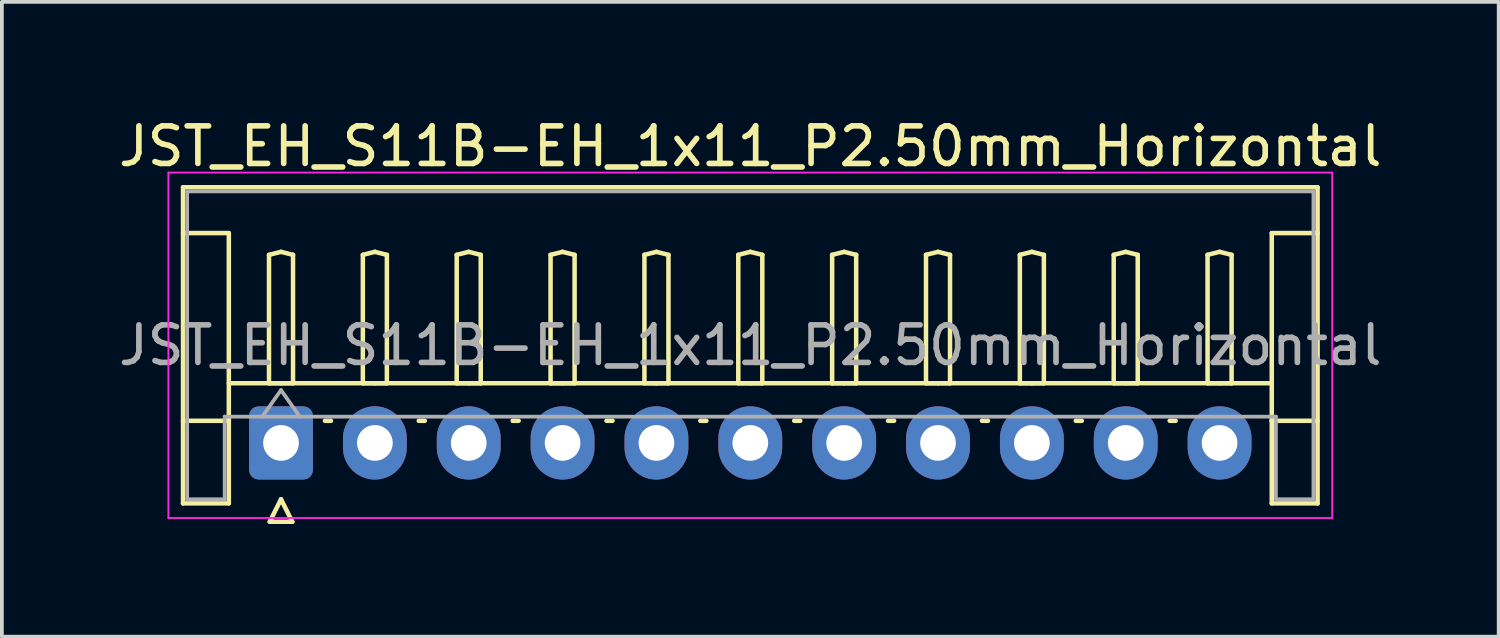
<source format=kicad_pcb>
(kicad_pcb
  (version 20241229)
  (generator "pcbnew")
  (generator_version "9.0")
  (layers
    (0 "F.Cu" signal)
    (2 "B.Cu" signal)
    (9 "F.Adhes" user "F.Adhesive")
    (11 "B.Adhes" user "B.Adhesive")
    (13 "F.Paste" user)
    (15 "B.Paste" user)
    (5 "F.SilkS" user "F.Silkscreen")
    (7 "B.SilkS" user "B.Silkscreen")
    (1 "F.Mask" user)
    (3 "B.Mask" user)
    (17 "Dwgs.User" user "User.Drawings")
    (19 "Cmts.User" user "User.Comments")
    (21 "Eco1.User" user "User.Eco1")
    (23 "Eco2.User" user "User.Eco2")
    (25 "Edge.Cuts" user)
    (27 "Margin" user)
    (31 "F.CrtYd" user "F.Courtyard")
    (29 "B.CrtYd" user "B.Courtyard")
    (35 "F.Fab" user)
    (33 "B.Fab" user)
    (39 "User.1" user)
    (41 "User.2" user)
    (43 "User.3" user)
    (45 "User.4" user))
  (footprint "JST_EH_S11B-EH_1x11_P2.50mm_Horizontal"
    (layer "F.Cu")
    (at 4.435 8.748)
    (property "Reference" "JST_EH_S11B-EH_1x11_P2.50mm_Horizontal" (at 12.5 -7.9 0) (layer "F.SilkS") (effects (font (size 1 1) (thickness 0.15))))
    (attr through_hole)
    (fp_line (start -2.61 -6.81) (end 27.61 -6.81) (stroke (width 0.12) (type solid)) (layer "F.SilkS"))
    (fp_line (start -2.61 -5.59) (end -1.39 -5.59) (stroke (width 0.12) (type solid)) (layer "F.SilkS"))
    (fp_line (start -2.61 1.61) (end -2.61 -6.81) (stroke (width 0.12) (type solid)) (layer "F.SilkS"))
    (fp_line (start -1.39 -5.59) (end -1.39 -0.59) (stroke (width 0.12) (type solid)) (layer "F.SilkS"))
    (fp_line (start -1.39 -1.59) (end 26.39 -1.59) (stroke (width 0.12) (type solid)) (layer "F.SilkS"))
    (fp_line (start -1.39 -0.59) (end -2.61 -0.59) (stroke (width 0.12) (type solid)) (layer "F.SilkS"))
    (fp_line (start -1.39 -0.59) (end -1.39 1.61) (stroke (width 0.12) (type solid)) (layer "F.SilkS"))
    (fp_line (start -1.39 1.61) (end -2.61 1.61) (stroke (width 0.12) (type solid)) (layer "F.SilkS"))
    (fp_line (start -0.32 -5.01) (end 0 -5.09) (stroke (width 0.12) (type solid)) (layer "F.SilkS"))
    (fp_line (start -0.32 -1.59) (end -0.32 -5.01) (stroke (width 0.12) (type solid)) (layer "F.SilkS"))
    (fp_line (start -0.3 2.1) (end 0.3 2.1) (stroke (width 0.12) (type solid)) (layer "F.SilkS"))
    (fp_line (start 0 -5.09) (end 0.32 -5.01) (stroke (width 0.12) (type solid)) (layer "F.SilkS"))
    (fp_line (start 0 -1.59) (end -0.32 -1.59) (stroke (width 0.12) (type solid)) (layer "F.SilkS"))
    (fp_line (start 0 1.5) (end -0.3 2.1) (stroke (width 0.12) (type solid)) (layer "F.SilkS"))
    (fp_line (start 0.3 2.1) (end 0 1.5) (stroke (width 0.12) (type solid)) (layer "F.SilkS"))
    (fp_line (start 0.32 -5.01) (end 0.32 -1.59) (stroke (width 0.12) (type solid)) (layer "F.SilkS"))
    (fp_line (start 0.32 -1.59) (end 0 -1.59) (stroke (width 0.12) (type solid)) (layer "F.SilkS"))
    (fp_line (start 1.17 -0.59) (end 1.33 -0.59) (stroke (width 0.12) (type solid)) (layer "F.SilkS"))
    (fp_line (start 2.18 -5.01) (end 2.5 -5.09) (stroke (width 0.12) (type solid)) (layer "F.SilkS"))
    (fp_line (start 2.18 -1.59) (end 2.18 -5.01) (stroke (width 0.12) (type solid)) (layer "F.SilkS"))
    (fp_line (start 2.5 -5.09) (end 2.82 -5.01) (stroke (width 0.12) (type solid)) (layer "F.SilkS"))
    (fp_line (start 2.5 -1.59) (end 2.18 -1.59) (stroke (width 0.12) (type solid)) (layer "F.SilkS"))
    (fp_line (start 2.82 -5.01) (end 2.82 -1.59) (stroke (width 0.12) (type solid)) (layer "F.SilkS"))
    (fp_line (start 2.82 -1.59) (end 2.5 -1.59) (stroke (width 0.12) (type solid)) (layer "F.SilkS"))
    (fp_line (start 3.67 -0.59) (end 3.83 -0.59) (stroke (width 0.12) (type solid)) (layer "F.SilkS"))
    (fp_line (start 4.68 -5.01) (end 5 -5.09) (stroke (width 0.12) (type solid)) (layer "F.SilkS"))
    (fp_line (start 4.68 -1.59) (end 4.68 -5.01) (stroke (width 0.12) (type solid)) (layer "F.SilkS"))
    (fp_line (start 5 -5.09) (end 5.32 -5.01) (stroke (width 0.12) (type solid)) (layer "F.SilkS"))
    (fp_line (start 5 -1.59) (end 4.68 -1.59) (stroke (width 0.12) (type solid)) (layer "F.SilkS"))
    (fp_line (start 5.32 -5.01) (end 5.32 -1.59) (stroke (width 0.12) (type solid)) (layer "F.SilkS"))
    (fp_line (start 5.32 -1.59) (end 5 -1.59) (stroke (width 0.12) (type solid)) (layer "F.SilkS"))
    (fp_line (start 6.17 -0.59) (end 6.33 -0.59) (stroke (width 0.12) (type solid)) (layer "F.SilkS"))
    (fp_line (start 7.18 -5.01) (end 7.5 -5.09) (stroke (width 0.12) (type solid)) (layer "F.SilkS"))
    (fp_line (start 7.18 -1.59) (end 7.18 -5.01) (stroke (width 0.12) (type solid)) (layer "F.SilkS"))
    (fp_line (start 7.5 -5.09) (end 7.82 -5.01) (stroke (width 0.12) (type solid)) (layer "F.SilkS"))
    (fp_line (start 7.5 -1.59) (end 7.18 -1.59) (stroke (width 0.12) (type solid)) (layer "F.SilkS"))
    (fp_line (start 7.82 -5.01) (end 7.82 -1.59) (stroke (width 0.12) (type solid)) (layer "F.SilkS"))
    (fp_line (start 7.82 -1.59) (end 7.5 -1.59) (stroke (width 0.12) (type solid)) (layer "F.SilkS"))
    (fp_line (start 8.67 -0.59) (end 8.83 -0.59) (stroke (width 0.12) (type solid)) (layer "F.SilkS"))
    (fp_line (start 9.68 -5.01) (end 10 -5.09) (stroke (width 0.12) (type solid)) (layer "F.SilkS"))
    (fp_line (start 9.68 -1.59) (end 9.68 -5.01) (stroke (width 0.12) (type solid)) (layer "F.SilkS"))
    (fp_line (start 10 -5.09) (end 10.32 -5.01) (stroke (width 0.12) (type solid)) (layer "F.SilkS"))
    (fp_line (start 10 -1.59) (end 9.68 -1.59) (stroke (width 0.12) (type solid)) (layer "F.SilkS"))
    (fp_line (start 10.32 -5.01) (end 10.32 -1.59) (stroke (width 0.12) (type solid)) (layer "F.SilkS"))
    (fp_line (start 10.32 -1.59) (end 10 -1.59) (stroke (width 0.12) (type solid)) (layer "F.SilkS"))
    (fp_line (start 11.17 -0.59) (end 11.33 -0.59) (stroke (width 0.12) (type solid)) (layer "F.SilkS"))
    (fp_line (start 12.18 -5.01) (end 12.5 -5.09) (stroke (width 0.12) (type solid)) (layer "F.SilkS"))
    (fp_line (start 12.18 -1.59) (end 12.18 -5.01) (stroke (width 0.12) (type solid)) (layer "F.SilkS"))
    (fp_line (start 12.5 -5.09) (end 12.82 -5.01) (stroke (width 0.12) (type solid)) (layer "F.SilkS"))
    (fp_line (start 12.5 -1.59) (end 12.18 -1.59) (stroke (width 0.12) (type solid)) (layer "F.SilkS"))
    (fp_line (start 12.82 -5.01) (end 12.82 -1.59) (stroke (width 0.12) (type solid)) (layer "F.SilkS"))
    (fp_line (start 12.82 -1.59) (end 12.5 -1.59) (stroke (width 0.12) (type solid)) (layer "F.SilkS"))
    (fp_line (start 13.67 -0.59) (end 13.83 -0.59) (stroke (width 0.12) (type solid)) (layer "F.SilkS"))
    (fp_line (start 14.68 -5.01) (end 15 -5.09) (stroke (width 0.12) (type solid)) (layer "F.SilkS"))
    (fp_line (start 14.68 -1.59) (end 14.68 -5.01) (stroke (width 0.12) (type solid)) (layer "F.SilkS"))
    (fp_line (start 15 -5.09) (end 15.32 -5.01) (stroke (width 0.12) (type solid)) (layer "F.SilkS"))
    (fp_line (start 15 -1.59) (end 14.68 -1.59) (stroke (width 0.12) (type solid)) (layer "F.SilkS"))
    (fp_line (start 15.32 -5.01) (end 15.32 -1.59) (stroke (width 0.12) (type solid)) (layer "F.SilkS"))
    (fp_line (start 15.32 -1.59) (end 15 -1.59) (stroke (width 0.12) (type solid)) (layer "F.SilkS"))
    (fp_line (start 16.17 -0.59) (end 16.33 -0.59) (stroke (width 0.12) (type solid)) (layer "F.SilkS"))
    (fp_line (start 17.18 -5.01) (end 17.5 -5.09) (stroke (width 0.12) (type solid)) (layer "F.SilkS"))
    (fp_line (start 17.18 -1.59) (end 17.18 -5.01) (stroke (width 0.12) (type solid)) (layer "F.SilkS"))
    (fp_line (start 17.5 -5.09) (end 17.82 -5.01) (stroke (width 0.12) (type solid)) (layer "F.SilkS"))
    (fp_line (start 17.5 -1.59) (end 17.18 -1.59) (stroke (width 0.12) (type solid)) (layer "F.SilkS"))
    (fp_line (start 17.82 -5.01) (end 17.82 -1.59) (stroke (width 0.12) (type solid)) (layer "F.SilkS"))
    (fp_line (start 17.82 -1.59) (end 17.5 -1.59) (stroke (width 0.12) (type solid)) (layer "F.SilkS"))
    (fp_line (start 18.67 -0.59) (end 18.83 -0.59) (stroke (width 0.12) (type solid)) (layer "F.SilkS"))
    (fp_line (start 19.68 -5.01) (end 20 -5.09) (stroke (width 0.12) (type solid)) (layer "F.SilkS"))
    (fp_line (start 19.68 -1.59) (end 19.68 -5.01) (stroke (width 0.12) (type solid)) (layer "F.SilkS"))
    (fp_line (start 20 -5.09) (end 20.32 -5.01) (stroke (width 0.12) (type solid)) (layer "F.SilkS"))
    (fp_line (start 20 -1.59) (end 19.68 -1.59) (stroke (width 0.12) (type solid)) (layer "F.SilkS"))
    (fp_line (start 20.32 -5.01) (end 20.32 -1.59) (stroke (width 0.12) (type solid)) (layer "F.SilkS"))
    (fp_line (start 20.32 -1.59) (end 20 -1.59) (stroke (width 0.12) (type solid)) (layer "F.SilkS"))
    (fp_line (start 21.17 -0.59) (end 21.33 -0.59) (stroke (width 0.12) (type solid)) (layer "F.SilkS"))
    (fp_line (start 22.18 -5.01) (end 22.5 -5.09) (stroke (width 0.12) (type solid)) (layer "F.SilkS"))
    (fp_line (start 22.18 -1.59) (end 22.18 -5.01) (stroke (width 0.12) (type solid)) (layer "F.SilkS"))
    (fp_line (start 22.5 -5.09) (end 22.82 -5.01) (stroke (width 0.12) (type solid)) (layer "F.SilkS"))
    (fp_line (start 22.5 -1.59) (end 22.18 -1.59) (stroke (width 0.12) (type solid)) (layer "F.SilkS"))
    (fp_line (start 22.82 -5.01) (end 22.82 -1.59) (stroke (width 0.12) (type solid)) (layer "F.SilkS"))
    (fp_line (start 22.82 -1.59) (end 22.5 -1.59) (stroke (width 0.12) (type solid)) (layer "F.SilkS"))
    (fp_line (start 23.67 -0.59) (end 23.83 -0.59) (stroke (width 0.12) (type solid)) (layer "F.SilkS"))
    (fp_line (start 24.68 -5.01) (end 25 -5.09) (stroke (width 0.12) (type solid)) (layer "F.SilkS"))
    (fp_line (start 24.68 -1.59) (end 24.68 -5.01) (stroke (width 0.12) (type solid)) (layer "F.SilkS"))
    (fp_line (start 25 -5.09) (end 25.32 -5.01) (stroke (width 0.12) (type solid)) (layer "F.SilkS"))
    (fp_line (start 25 -1.59) (end 24.68 -1.59) (stroke (width 0.12) (type solid)) (layer "F.SilkS"))
    (fp_line (start 25.32 -5.01) (end 25.32 -1.59) (stroke (width 0.12) (type solid)) (layer "F.SilkS"))
    (fp_line (start 25.32 -1.59) (end 25 -1.59) (stroke (width 0.12) (type solid)) (layer "F.SilkS"))
    (fp_line (start 26.39 -5.59) (end 26.39 -0.59) (stroke (width 0.12) (type solid)) (layer "F.SilkS"))
    (fp_line (start 26.39 -0.59) (end 27.61 -0.59) (stroke (width 0.12) (type solid)) (layer "F.SilkS"))
    (fp_line (start 26.39 1.61) (end 26.39 -0.59) (stroke (width 0.12) (type solid)) (layer "F.SilkS"))
    (fp_line (start 27.61 -6.81) (end 27.61 1.61) (stroke (width 0.12) (type solid)) (layer "F.SilkS"))
    (fp_line (start 27.61 -5.59) (end 26.39 -5.59) (stroke (width 0.12) (type solid)) (layer "F.SilkS"))
    (fp_line (start 27.61 1.61) (end 26.39 1.61) (stroke (width 0.12) (type solid)) (layer "F.SilkS"))
    (fp_line (start -3 -7.2) (end -3 2) (stroke (width 0.05) (type solid)) (layer "F.CrtYd"))
    (fp_line (start -3 2) (end 28 2) (stroke (width 0.05) (type solid)) (layer "F.CrtYd"))
    (fp_line (start 28 -7.2) (end -3 -7.2) (stroke (width 0.05) (type solid)) (layer "F.CrtYd"))
    (fp_line (start 28 2) (end 28 -7.2) (stroke (width 0.05) (type solid)) (layer "F.CrtYd"))
    (fp_line (start -2.5 -6.7) (end 27.5 -6.7) (stroke (width 0.1) (type solid)) (layer "F.Fab"))
    (fp_line (start -2.5 1.5) (end -2.5 -6.7) (stroke (width 0.1) (type solid)) (layer "F.Fab"))
    (fp_line (start -1.5 -0.7) (end -1.5 1.5) (stroke (width 0.1) (type solid)) (layer "F.Fab"))
    (fp_line (start -1.5 1.5) (end -2.5 1.5) (stroke (width 0.1) (type solid)) (layer "F.Fab"))
    (fp_line (start -0.5 -0.7) (end 0 -1.407) (stroke (width 0.1) (type solid)) (layer "F.Fab"))
    (fp_line (start 0 -1.407) (end 0.5 -0.7) (stroke (width 0.1) (type solid)) (layer "F.Fab"))
    (fp_line (start 26.5 -0.7) (end -1.5 -0.7) (stroke (width 0.1) (type solid)) (layer "F.Fab"))
    (fp_line (start 26.5 1.5) (end 26.5 -0.7) (stroke (width 0.1) (type solid)) (layer "F.Fab"))
    (fp_line (start 27.5 -6.7) (end 27.5 1.5) (stroke (width 0.1) (type solid)) (layer "F.Fab"))
    (fp_line (start 27.5 1.5) (end 26.5 1.5) (stroke (width 0.1) (type solid)) (layer "F.Fab"))
    (fp_text user "${REFERENCE}" (at 12.5 -2.6 0) (layer "F.Fab") (effects (font (size 1 1) (thickness 0.15))))
    (pad "1" thru_hole roundrect (at 0 0) (size 1.7 1.95) (drill 0.95) (layers "*.Cu" "*.Mask") (roundrect_rratio 0.147))
    (pad "2" thru_hole oval (at 2.5 0) (size 1.7 1.95) (drill 0.95) (layers "*.Cu" "*.Mask"))
    (pad "3" thru_hole oval (at 5 0) (size 1.7 1.95) (drill 0.95) (layers "*.Cu" "*.Mask"))
    (pad "4" thru_hole oval (at 7.5 0) (size 1.7 1.95) (drill 0.95) (layers "*.Cu" "*.Mask"))
    (pad "5" thru_hole oval (at 10 0) (size 1.7 1.95) (drill 0.95) (layers "*.Cu" "*.Mask"))
    (pad "6" thru_hole oval (at 12.5 0) (size 1.7 1.95) (drill 0.95) (layers "*.Cu" "*.Mask"))
    (pad "7" thru_hole oval (at 15 0) (size 1.7 1.95) (drill 0.95) (layers "*.Cu" "*.Mask"))
    (pad "8" thru_hole oval (at 17.5 0) (size 1.7 1.95) (drill 0.95) (layers "*.Cu" "*.Mask"))
    (pad "9" thru_hole oval (at 20 0) (size 1.7 1.95) (drill 0.95) (layers "*.Cu" "*.Mask"))
    (pad "10" thru_hole oval (at 22.5 0) (size 1.7 1.95) (drill 0.95) (layers "*.Cu" "*.Mask"))
    (pad "11" thru_hole oval (at 25 0) (size 1.7 1.95) (drill 0.95) (layers "*.Cu" "*.Mask")))
  (gr_rect
    (start -3 -3)
    (end 36.869 13.908)
    (stroke (width 0.1) (type default))
    (fill no)
    (layer "Edge.Cuts")))
</source>
